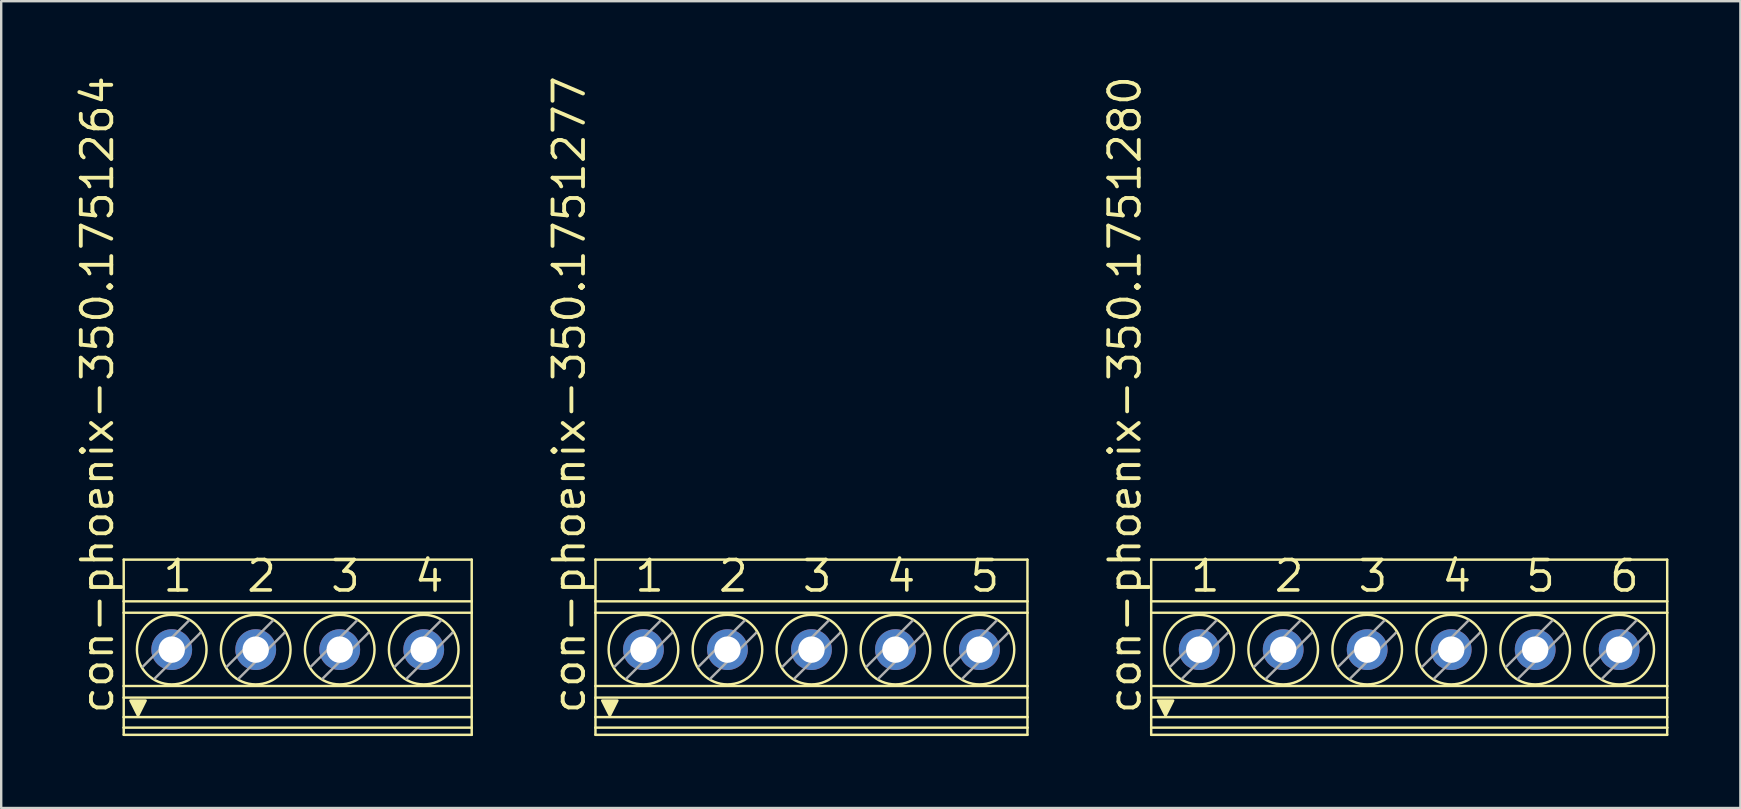
<source format=kicad_pcb>
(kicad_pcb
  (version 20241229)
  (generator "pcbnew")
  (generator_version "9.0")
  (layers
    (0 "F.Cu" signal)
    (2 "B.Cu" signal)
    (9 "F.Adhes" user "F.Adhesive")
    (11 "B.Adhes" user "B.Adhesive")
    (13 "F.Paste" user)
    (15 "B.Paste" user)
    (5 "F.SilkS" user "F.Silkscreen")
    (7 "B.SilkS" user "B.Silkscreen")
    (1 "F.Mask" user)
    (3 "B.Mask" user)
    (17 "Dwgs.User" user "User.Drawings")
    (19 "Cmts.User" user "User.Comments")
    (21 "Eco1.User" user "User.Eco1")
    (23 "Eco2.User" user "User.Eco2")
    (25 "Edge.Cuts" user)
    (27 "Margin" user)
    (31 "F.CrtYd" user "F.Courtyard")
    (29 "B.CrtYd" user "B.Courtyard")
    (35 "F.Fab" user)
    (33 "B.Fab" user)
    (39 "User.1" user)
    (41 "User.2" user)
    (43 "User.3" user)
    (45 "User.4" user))
  (footprint "con-phoenix-350.1751277"
    (layer "F.Cu")
    (at 30.761 23.918)
    (property "Reference" "con-phoenix-350.1751277" (at -9.355 2.857 90) (layer "F.SilkS") (effects (font (size 1.27 1.27) (thickness 0.16)) (justify left bottom)))
    (attr through_hole)
    (fp_line (start -9 -3.65) (end -9 -1.912) (stroke (width 0.102) (type default)) (layer "F.SilkS"))
    (fp_line (start -9 -3.65) (end 9 -3.65) (stroke (width 0.102) (type default)) (layer "F.SilkS"))
    (fp_line (start -9 -1.912) (end -9 -1.437) (stroke (width 0.102) (type default)) (layer "F.SilkS"))
    (fp_line (start -9 -1.912) (end 9 -1.912) (stroke (width 0.102) (type default)) (layer "F.SilkS"))
    (fp_line (start -9 1.616) (end -9 -1.437) (stroke (width 0.102) (type default)) (layer "F.SilkS"))
    (fp_line (start -9 1.616) (end -9 2.099) (stroke (width 0.102) (type default)) (layer "F.SilkS"))
    (fp_line (start -9 1.616) (end 9 1.616) (stroke (width 0.102) (type default)) (layer "F.SilkS"))
    (fp_line (start -9 2.099) (end -9 2.911) (stroke (width 0.102) (type default)) (layer "F.SilkS"))
    (fp_line (start -9 2.911) (end -9 3.35) (stroke (width 0.102) (type default)) (layer "F.SilkS"))
    (fp_line (start -9 3.35) (end -9 3.65) (stroke (width 0.102) (type default)) (layer "F.SilkS"))
    (fp_line (start -9 3.35) (end 9 3.35) (stroke (width 0.102) (type default)) (layer "F.SilkS"))
    (fp_line (start -9 3.65) (end 9 3.65) (stroke (width 0.102) (type default)) (layer "F.SilkS"))
    (fp_line (start -5.794 -0.611) (end -5.8 -0.605) (stroke (width 0.102) (type default)) (layer "F.SilkS"))
    (fp_line (start -2.294 -0.611) (end -2.3 -0.605) (stroke (width 0.102) (type default)) (layer "F.SilkS"))
    (fp_line (start 1.206 -0.611) (end 1.2 -0.605) (stroke (width 0.102) (type default)) (layer "F.SilkS"))
    (fp_line (start 4.706 -0.611) (end 4.7 -0.605) (stroke (width 0.102) (type default)) (layer "F.SilkS"))
    (fp_line (start 8.206 -0.611) (end 8.2 -0.605) (stroke (width 0.102) (type default)) (layer "F.SilkS"))
    (fp_line (start 9 -3.65) (end 9 -1.912) (stroke (width 0.102) (type default)) (layer "F.SilkS"))
    (fp_line (start 9 -1.437) (end -9 -1.437) (stroke (width 0.102) (type default)) (layer "F.SilkS"))
    (fp_line (start 9 -1.437) (end 9 -1.912) (stroke (width 0.102) (type default)) (layer "F.SilkS"))
    (fp_line (start 9 1.616) (end 9 -1.437) (stroke (width 0.102) (type default)) (layer "F.SilkS"))
    (fp_line (start 9 1.616) (end 9 2.099) (stroke (width 0.102) (type default)) (layer "F.SilkS"))
    (fp_line (start 9 2.099) (end -9 2.099) (stroke (width 0.102) (type default)) (layer "F.SilkS"))
    (fp_line (start 9 2.099) (end 9 2.911) (stroke (width 0.102) (type default)) (layer "F.SilkS"))
    (fp_line (start 9 2.911) (end -9 2.911) (stroke (width 0.102) (type default)) (layer "F.SilkS"))
    (fp_line (start 9 2.911) (end 9 3.35) (stroke (width 0.102) (type default)) (layer "F.SilkS"))
    (fp_line (start 9 3.35) (end 9 3.65) (stroke (width 0.102) (type default)) (layer "F.SilkS"))
    (fp_circle (center -7 0.1) (end -5.55 0.1) (stroke (width 0.102) (type default)) (fill no) (layer "F.SilkS"))
    (fp_circle (center -3.5 0.1) (end -2.05 0.1) (stroke (width 0.102) (type default)) (fill no) (layer "F.SilkS"))
    (fp_circle (center 0 0.1) (end 1.45 0.1) (stroke (width 0.102) (type default)) (fill no) (layer "F.SilkS"))
    (fp_circle (center 3.5 0.1) (end 4.95 0.1) (stroke (width 0.102) (type default)) (fill no) (layer "F.SilkS"))
    (fp_circle (center 7 0.1) (end 8.45 0.1) (stroke (width 0.102) (type default)) (fill no) (layer "F.SilkS"))
    (fp_poly (pts (xy -8.402 2.857) (xy -8.72 2.223) (xy -8.085 2.223)) (stroke (width 0.102) (type default)) (fill yes) (layer "F.SilkS"))
    (fp_line (start -8.206 0.811) (end -6.289 -1.106) (stroke (width 0.102) (type default)) (layer "F.Fab"))
    (fp_line (start -5.8 -0.605) (end -7.711 1.306) (stroke (width 0.102) (type default)) (layer "F.Fab"))
    (fp_line (start -4.706 0.811) (end -2.789 -1.106) (stroke (width 0.102) (type default)) (layer "F.Fab"))
    (fp_line (start -2.3 -0.605) (end -4.211 1.306) (stroke (width 0.102) (type default)) (layer "F.Fab"))
    (fp_line (start -1.206 0.811) (end 0.711 -1.106) (stroke (width 0.102) (type default)) (layer "F.Fab"))
    (fp_line (start 1.2 -0.605) (end -0.711 1.306) (stroke (width 0.102) (type default)) (layer "F.Fab"))
    (fp_line (start 2.294 0.811) (end 4.211 -1.106) (stroke (width 0.102) (type default)) (layer "F.Fab"))
    (fp_line (start 4.7 -0.605) (end 2.789 1.306) (stroke (width 0.102) (type default)) (layer "F.Fab"))
    (fp_line (start 5.794 0.811) (end 7.711 -1.106) (stroke (width 0.102) (type default)) (layer "F.Fab"))
    (fp_line (start 8.2 -0.605) (end 6.289 1.306) (stroke (width 0.102) (type default)) (layer "F.Fab"))
    (fp_text user "5" (at 6.52 -2.223 0) (layer "F.SilkS") (effects (font (size 1.27 1.27) (thickness 0.15)) (justify left bottom)))
    (fp_text user "3" (at -0.465 -2.223 0) (layer "F.SilkS") (effects (font (size 1.27 1.27) (thickness 0.15)) (justify left bottom)))
    (fp_text user "1" (at -7.45 -2.223 0) (layer "F.SilkS") (effects (font (size 1.27 1.27) (thickness 0.15)) (justify left bottom)))
    (fp_text user "2" (at -3.958 -2.223 0) (layer "F.SilkS") (effects (font (size 1.27 1.27) (thickness 0.15)) (justify left bottom)))
    (fp_text user "4" (at 3.027 -2.223 0) (layer "F.SilkS") (effects (font (size 1.27 1.27) (thickness 0.15)) (justify left bottom)))
    (pad "1" thru_hole circle (at -7 0.1 90) (size 1.7 1.7) (drill 1.1) (layers "*.Cu" "*.Mask"))
    (pad "2" thru_hole circle (at -3.5 0.1 90) (size 1.7 1.7) (drill 1.1) (layers "*.Cu" "*.Mask"))
    (pad "3" thru_hole circle (at 0 0.1 90) (size 1.7 1.7) (drill 1.1) (layers "*.Cu" "*.Mask"))
    (pad "4" thru_hole circle (at 3.5 0.1 90) (size 1.7 1.7) (drill 1.1) (layers "*.Cu" "*.Mask"))
    (pad "5" thru_hole circle (at 7 0.1 90) (size 1.7 1.7) (drill 1.1) (layers "*.Cu" "*.Mask")))
  (footprint "con-phoenix-350.1751280"
    (layer "F.Cu")
    (at 55.667 23.918)
    (property "Reference" "con-phoenix-350.1751280" (at -11.105 2.857 90) (layer "F.SilkS") (effects (font (size 1.27 1.27) (thickness 0.16)) (justify left bottom)))
    (attr through_hole)
    (fp_line (start -10.75 -3.65) (end -10.75 -1.912) (stroke (width 0.102) (type default)) (layer "F.SilkS"))
    (fp_line (start -10.75 -3.65) (end 10.75 -3.65) (stroke (width 0.102) (type default)) (layer "F.SilkS"))
    (fp_line (start -10.75 -1.912) (end -10.75 -1.437) (stroke (width 0.102) (type default)) (layer "F.SilkS"))
    (fp_line (start -10.75 -1.912) (end 10.75 -1.912) (stroke (width 0.102) (type default)) (layer "F.SilkS"))
    (fp_line (start -10.75 1.616) (end -10.75 -1.437) (stroke (width 0.102) (type default)) (layer "F.SilkS"))
    (fp_line (start -10.75 1.616) (end -10.75 2.099) (stroke (width 0.102) (type default)) (layer "F.SilkS"))
    (fp_line (start -10.75 1.616) (end 10.75 1.616) (stroke (width 0.102) (type default)) (layer "F.SilkS"))
    (fp_line (start -10.75 2.099) (end -10.75 2.911) (stroke (width 0.102) (type default)) (layer "F.SilkS"))
    (fp_line (start -10.75 2.911) (end -10.75 3.35) (stroke (width 0.102) (type default)) (layer "F.SilkS"))
    (fp_line (start -10.75 3.35) (end -10.75 3.65) (stroke (width 0.102) (type default)) (layer "F.SilkS"))
    (fp_line (start -10.75 3.35) (end 10.75 3.35) (stroke (width 0.102) (type default)) (layer "F.SilkS"))
    (fp_line (start -10.75 3.65) (end 10.75 3.65) (stroke (width 0.102) (type default)) (layer "F.SilkS"))
    (fp_line (start -7.544 -0.611) (end -7.55 -0.605) (stroke (width 0.102) (type default)) (layer "F.SilkS"))
    (fp_line (start -4.044 -0.611) (end -4.05 -0.605) (stroke (width 0.102) (type default)) (layer "F.SilkS"))
    (fp_line (start -0.544 -0.611) (end -0.55 -0.605) (stroke (width 0.102) (type default)) (layer "F.SilkS"))
    (fp_line (start 2.956 -0.611) (end 2.95 -0.605) (stroke (width 0.102) (type default)) (layer "F.SilkS"))
    (fp_line (start 6.456 -0.611) (end 6.45 -0.605) (stroke (width 0.102) (type default)) (layer "F.SilkS"))
    (fp_line (start 9.956 -0.611) (end 9.95 -0.605) (stroke (width 0.102) (type default)) (layer "F.SilkS"))
    (fp_line (start 10.75 -3.65) (end 10.75 -1.912) (stroke (width 0.102) (type default)) (layer "F.SilkS"))
    (fp_line (start 10.75 -1.437) (end -10.75 -1.437) (stroke (width 0.102) (type default)) (layer "F.SilkS"))
    (fp_line (start 10.75 -1.437) (end 10.75 -1.912) (stroke (width 0.102) (type default)) (layer "F.SilkS"))
    (fp_line (start 10.75 1.616) (end 10.75 -1.437) (stroke (width 0.102) (type default)) (layer "F.SilkS"))
    (fp_line (start 10.75 1.616) (end 10.75 2.099) (stroke (width 0.102) (type default)) (layer "F.SilkS"))
    (fp_line (start 10.75 2.099) (end -10.75 2.099) (stroke (width 0.102) (type default)) (layer "F.SilkS"))
    (fp_line (start 10.75 2.099) (end 10.75 2.911) (stroke (width 0.102) (type default)) (layer "F.SilkS"))
    (fp_line (start 10.75 2.911) (end -10.75 2.911) (stroke (width 0.102) (type default)) (layer "F.SilkS"))
    (fp_line (start 10.75 2.911) (end 10.75 3.35) (stroke (width 0.102) (type default)) (layer "F.SilkS"))
    (fp_line (start 10.75 3.35) (end 10.75 3.65) (stroke (width 0.102) (type default)) (layer "F.SilkS"))
    (fp_circle (center -8.75 0.1) (end -7.3 0.1) (stroke (width 0.102) (type default)) (fill no) (layer "F.SilkS"))
    (fp_circle (center -5.25 0.1) (end -3.8 0.1) (stroke (width 0.102) (type default)) (fill no) (layer "F.SilkS"))
    (fp_circle (center -1.75 0.1) (end -0.3 0.1) (stroke (width 0.102) (type default)) (fill no) (layer "F.SilkS"))
    (fp_circle (center 1.75 0.1) (end 3.2 0.1) (stroke (width 0.102) (type default)) (fill no) (layer "F.SilkS"))
    (fp_circle (center 5.25 0.1) (end 6.7 0.1) (stroke (width 0.102) (type default)) (fill no) (layer "F.SilkS"))
    (fp_circle (center 8.75 0.1) (end 10.2 0.1) (stroke (width 0.102) (type default)) (fill no) (layer "F.SilkS"))
    (fp_poly (pts (xy -10.152 2.857) (xy -10.47 2.223) (xy -9.835 2.223)) (stroke (width 0.102) (type default)) (fill yes) (layer "F.SilkS"))
    (fp_line (start -9.956 0.811) (end -8.039 -1.106) (stroke (width 0.102) (type default)) (layer "F.Fab"))
    (fp_line (start -7.55 -0.605) (end -9.461 1.306) (stroke (width 0.102) (type default)) (layer "F.Fab"))
    (fp_line (start -6.456 0.811) (end -4.539 -1.106) (stroke (width 0.102) (type default)) (layer "F.Fab"))
    (fp_line (start -4.05 -0.605) (end -5.961 1.306) (stroke (width 0.102) (type default)) (layer "F.Fab"))
    (fp_line (start -2.956 0.811) (end -1.039 -1.106) (stroke (width 0.102) (type default)) (layer "F.Fab"))
    (fp_line (start -0.55 -0.605) (end -2.461 1.306) (stroke (width 0.102) (type default)) (layer "F.Fab"))
    (fp_line (start 0.544 0.811) (end 2.461 -1.106) (stroke (width 0.102) (type default)) (layer "F.Fab"))
    (fp_line (start 2.95 -0.605) (end 1.039 1.306) (stroke (width 0.102) (type default)) (layer "F.Fab"))
    (fp_line (start 4.044 0.811) (end 5.961 -1.106) (stroke (width 0.102) (type default)) (layer "F.Fab"))
    (fp_line (start 6.45 -0.605) (end 4.539 1.306) (stroke (width 0.102) (type default)) (layer "F.Fab"))
    (fp_line (start 7.544 0.811) (end 9.461 -1.106) (stroke (width 0.102) (type default)) (layer "F.Fab"))
    (fp_line (start 9.95 -0.605) (end 8.039 1.306) (stroke (width 0.102) (type default)) (layer "F.Fab"))
    (fp_text user "1" (at -9.2 -2.223 0) (layer "F.SilkS") (effects (font (size 1.27 1.27) (thickness 0.15)) (justify left bottom)))
    (fp_text user "3" (at -2.215 -2.223 0) (layer "F.SilkS") (effects (font (size 1.27 1.27) (thickness 0.15)) (justify left bottom)))
    (fp_text user "5" (at 4.77 -2.223 0) (layer "F.SilkS") (effects (font (size 1.27 1.27) (thickness 0.15)) (justify left bottom)))
    (fp_text user "2" (at -5.707 -2.223 0) (layer "F.SilkS") (effects (font (size 1.27 1.27) (thickness 0.15)) (justify left bottom)))
    (fp_text user "4" (at 1.278 -2.223 0) (layer "F.SilkS") (effects (font (size 1.27 1.27) (thickness 0.15)) (justify left bottom)))
    (fp_text user "6" (at 8.262 -2.223 0) (layer "F.SilkS") (effects (font (size 1.27 1.27) (thickness 0.15)) (justify left bottom)))
    (pad "1" thru_hole circle (at -8.75 0.1 90) (size 1.7 1.7) (drill 1.1) (layers "*.Cu" "*.Mask"))
    (pad "2" thru_hole circle (at -5.25 0.1 90) (size 1.7 1.7) (drill 1.1) (layers "*.Cu" "*.Mask"))
    (pad "3" thru_hole circle (at -1.75 0.1 90) (size 1.7 1.7) (drill 1.1) (layers "*.Cu" "*.Mask"))
    (pad "4" thru_hole circle (at 1.75 0.1 90) (size 1.7 1.7) (drill 1.1) (layers "*.Cu" "*.Mask"))
    (pad "5" thru_hole circle (at 5.25 0.1 90) (size 1.7 1.7) (drill 1.1) (layers "*.Cu" "*.Mask"))
    (pad "6" thru_hole circle (at 8.75 0.1 90) (size 1.7 1.7) (drill 1.1) (layers "*.Cu" "*.Mask")))
  (footprint "con-phoenix-350.1751264"
    (layer "F.Cu")
    (at 9.355 23.918)
    (property "Reference" "con-phoenix-350.1751264" (at -7.605 2.857 90) (layer "F.SilkS") (effects (font (size 1.27 1.27) (thickness 0.16)) (justify left bottom)))
    (attr through_hole)
    (fp_line (start -7.25 -3.65) (end -7.25 -1.912) (stroke (width 0.102) (type default)) (layer "F.SilkS"))
    (fp_line (start -7.25 -3.65) (end 7.25 -3.65) (stroke (width 0.102) (type default)) (layer "F.SilkS"))
    (fp_line (start -7.25 -1.912) (end -7.25 -1.437) (stroke (width 0.102) (type default)) (layer "F.SilkS"))
    (fp_line (start -7.25 -1.912) (end 7.25 -1.912) (stroke (width 0.102) (type default)) (layer "F.SilkS"))
    (fp_line (start -7.25 1.616) (end -7.25 -1.437) (stroke (width 0.102) (type default)) (layer "F.SilkS"))
    (fp_line (start -7.25 1.616) (end -7.25 2.099) (stroke (width 0.102) (type default)) (layer "F.SilkS"))
    (fp_line (start -7.25 1.616) (end 7.25 1.616) (stroke (width 0.102) (type default)) (layer "F.SilkS"))
    (fp_line (start -7.25 2.099) (end -7.25 2.911) (stroke (width 0.102) (type default)) (layer "F.SilkS"))
    (fp_line (start -7.25 2.911) (end -7.25 3.35) (stroke (width 0.102) (type default)) (layer "F.SilkS"))
    (fp_line (start -7.25 3.35) (end -7.25 3.65) (stroke (width 0.102) (type default)) (layer "F.SilkS"))
    (fp_line (start -7.25 3.35) (end 7.25 3.35) (stroke (width 0.102) (type default)) (layer "F.SilkS"))
    (fp_line (start -7.25 3.65) (end 7.25 3.65) (stroke (width 0.102) (type default)) (layer "F.SilkS"))
    (fp_line (start -4.044 -0.611) (end -4.05 -0.605) (stroke (width 0.102) (type default)) (layer "F.SilkS"))
    (fp_line (start -0.544 -0.611) (end -0.55 -0.605) (stroke (width 0.102) (type default)) (layer "F.SilkS"))
    (fp_line (start 2.956 -0.611) (end 2.95 -0.605) (stroke (width 0.102) (type default)) (layer "F.SilkS"))
    (fp_line (start 6.456 -0.611) (end 6.45 -0.605) (stroke (width 0.102) (type default)) (layer "F.SilkS"))
    (fp_line (start 7.25 -3.65) (end 7.25 -1.912) (stroke (width 0.102) (type default)) (layer "F.SilkS"))
    (fp_line (start 7.25 -1.437) (end -7.25 -1.437) (stroke (width 0.102) (type default)) (layer "F.SilkS"))
    (fp_line (start 7.25 -1.437) (end 7.25 -1.912) (stroke (width 0.102) (type default)) (layer "F.SilkS"))
    (fp_line (start 7.25 1.616) (end 7.25 -1.437) (stroke (width 0.102) (type default)) (layer "F.SilkS"))
    (fp_line (start 7.25 1.616) (end 7.25 2.099) (stroke (width 0.102) (type default)) (layer "F.SilkS"))
    (fp_line (start 7.25 2.099) (end -7.25 2.099) (stroke (width 0.102) (type default)) (layer "F.SilkS"))
    (fp_line (start 7.25 2.099) (end 7.25 2.911) (stroke (width 0.102) (type default)) (layer "F.SilkS"))
    (fp_line (start 7.25 2.911) (end -7.25 2.911) (stroke (width 0.102) (type default)) (layer "F.SilkS"))
    (fp_line (start 7.25 2.911) (end 7.25 3.35) (stroke (width 0.102) (type default)) (layer "F.SilkS"))
    (fp_line (start 7.25 3.35) (end 7.25 3.65) (stroke (width 0.102) (type default)) (layer "F.SilkS"))
    (fp_circle (center -5.25 0.1) (end -3.8 0.1) (stroke (width 0.102) (type default)) (fill no) (layer "F.SilkS"))
    (fp_circle (center -1.75 0.1) (end -0.3 0.1) (stroke (width 0.102) (type default)) (fill no) (layer "F.SilkS"))
    (fp_circle (center 1.75 0.1) (end 3.2 0.1) (stroke (width 0.102) (type default)) (fill no) (layer "F.SilkS"))
    (fp_circle (center 5.25 0.1) (end 6.7 0.1) (stroke (width 0.102) (type default)) (fill no) (layer "F.SilkS"))
    (fp_poly (pts (xy -6.652 2.857) (xy -6.97 2.223) (xy -6.335 2.223)) (stroke (width 0.102) (type default)) (fill yes) (layer "F.SilkS"))
    (fp_line (start -6.456 0.811) (end -4.539 -1.106) (stroke (width 0.102) (type default)) (layer "F.Fab"))
    (fp_line (start -4.05 -0.605) (end -5.961 1.306) (stroke (width 0.102) (type default)) (layer "F.Fab"))
    (fp_line (start -2.956 0.811) (end -1.039 -1.106) (stroke (width 0.102) (type default)) (layer "F.Fab"))
    (fp_line (start -0.55 -0.605) (end -2.461 1.306) (stroke (width 0.102) (type default)) (layer "F.Fab"))
    (fp_line (start 0.544 0.811) (end 2.461 -1.106) (stroke (width 0.102) (type default)) (layer "F.Fab"))
    (fp_line (start 2.95 -0.605) (end 1.039 1.306) (stroke (width 0.102) (type default)) (layer "F.Fab"))
    (fp_line (start 4.044 0.811) (end 5.961 -1.106) (stroke (width 0.102) (type default)) (layer "F.Fab"))
    (fp_line (start 6.45 -0.605) (end 4.539 1.306) (stroke (width 0.102) (type default)) (layer "F.Fab"))
    (fp_text user "3" (at 1.285 -2.223 0) (layer "F.SilkS") (effects (font (size 1.27 1.27) (thickness 0.15)) (justify left bottom)))
    (fp_text user "4" (at 4.777 -2.223 0) (layer "F.SilkS") (effects (font (size 1.27 1.27) (thickness 0.15)) (justify left bottom)))
    (fp_text user "1" (at -5.7 -2.223 0) (layer "F.SilkS") (effects (font (size 1.27 1.27) (thickness 0.15)) (justify left bottom)))
    (fp_text user "2" (at -2.208 -2.223 0) (layer "F.SilkS") (effects (font (size 1.27 1.27) (thickness 0.15)) (justify left bottom)))
    (pad "1" thru_hole circle (at -5.25 0.1 90) (size 1.7 1.7) (drill 1.1) (layers "*.Cu" "*.Mask"))
    (pad "2" thru_hole circle (at -1.75 0.1 90) (size 1.7 1.7) (drill 1.1) (layers "*.Cu" "*.Mask"))
    (pad "3" thru_hole circle (at 1.75 0.1 90) (size 1.7 1.7) (drill 1.1) (layers "*.Cu" "*.Mask"))
    (pad "4" thru_hole circle (at 5.25 0.1 90) (size 1.7 1.7) (drill 1.1) (layers "*.Cu" "*.Mask")))
  (gr_rect
    (start -3 -3)
    (end 69.467 30.618)
    (stroke (width 0.1) (type default))
    (fill no)
    (layer "Edge.Cuts")))
</source>
